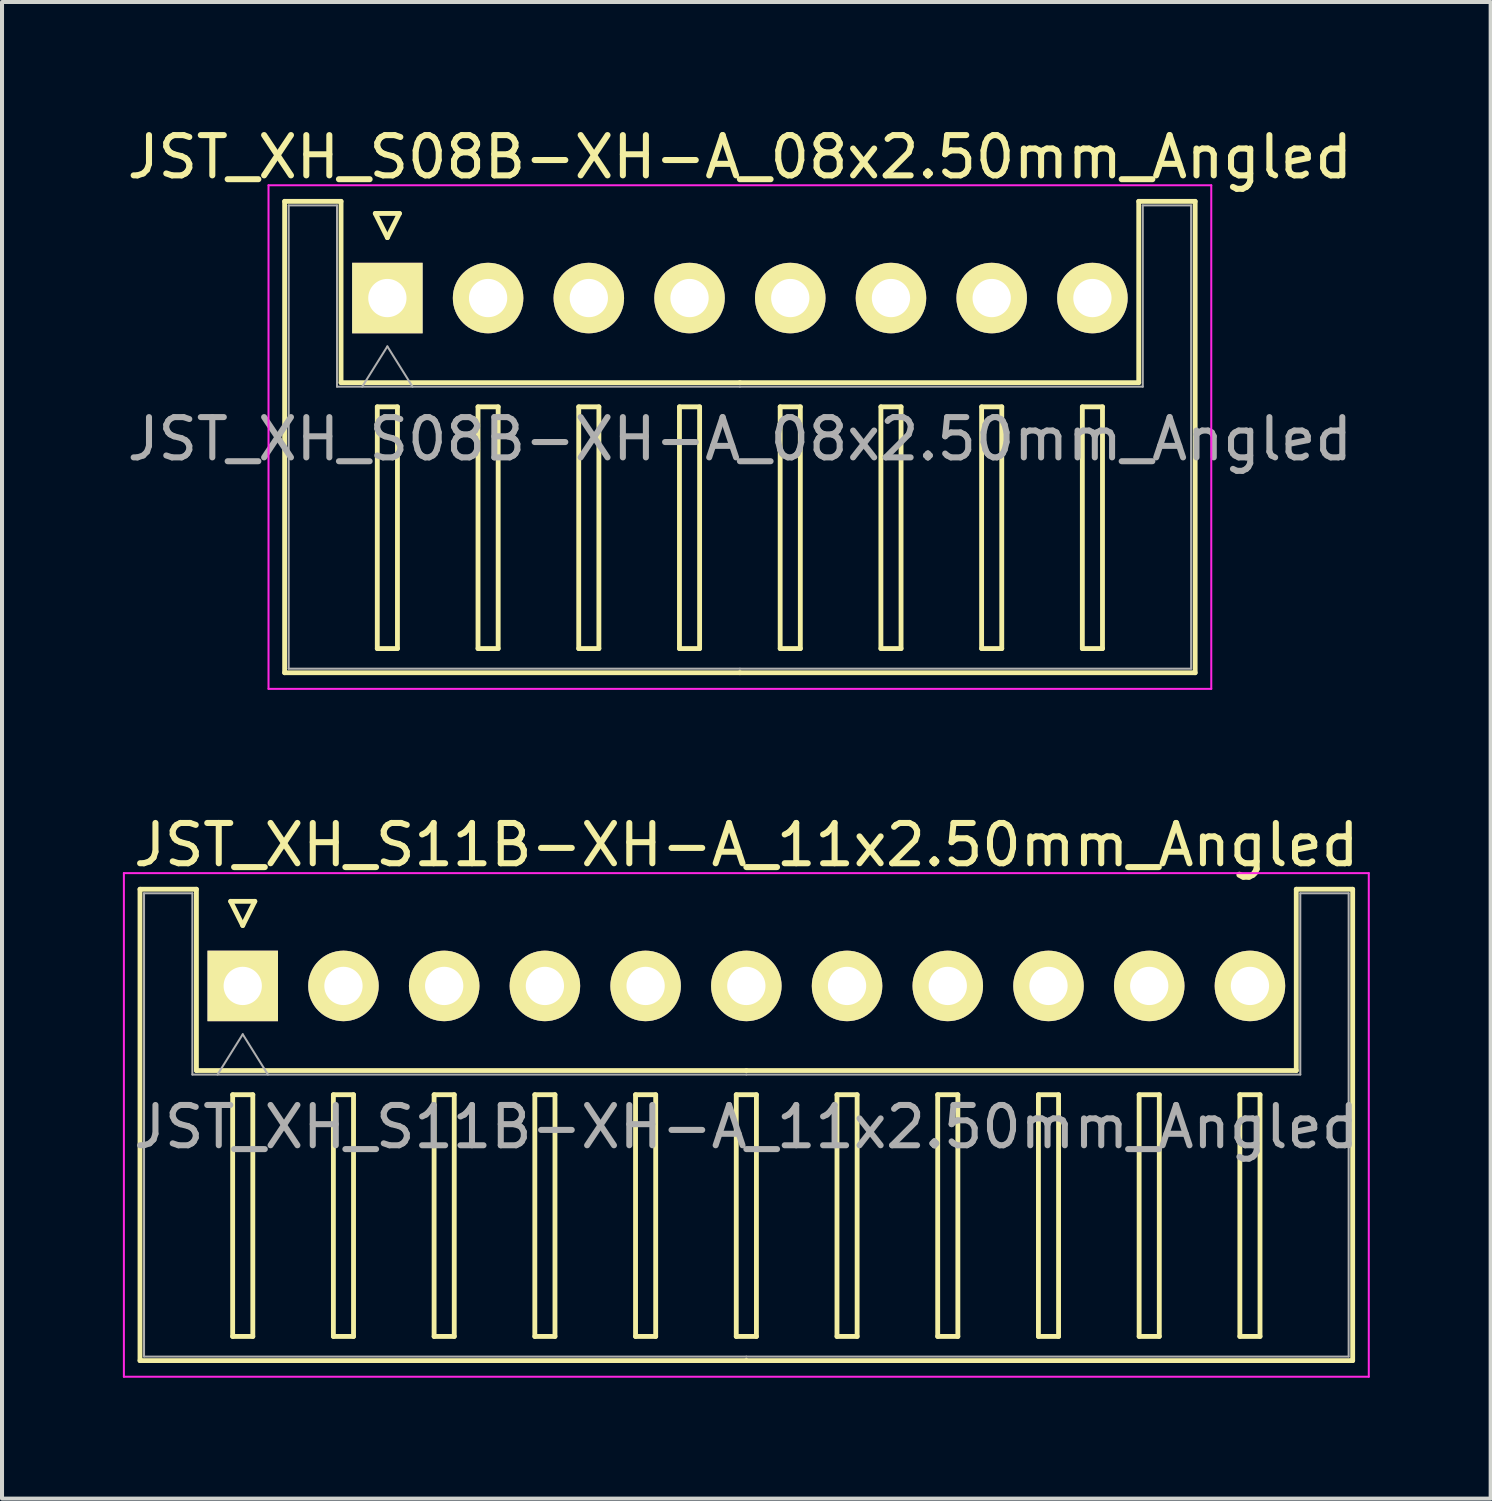
<source format=kicad_pcb>
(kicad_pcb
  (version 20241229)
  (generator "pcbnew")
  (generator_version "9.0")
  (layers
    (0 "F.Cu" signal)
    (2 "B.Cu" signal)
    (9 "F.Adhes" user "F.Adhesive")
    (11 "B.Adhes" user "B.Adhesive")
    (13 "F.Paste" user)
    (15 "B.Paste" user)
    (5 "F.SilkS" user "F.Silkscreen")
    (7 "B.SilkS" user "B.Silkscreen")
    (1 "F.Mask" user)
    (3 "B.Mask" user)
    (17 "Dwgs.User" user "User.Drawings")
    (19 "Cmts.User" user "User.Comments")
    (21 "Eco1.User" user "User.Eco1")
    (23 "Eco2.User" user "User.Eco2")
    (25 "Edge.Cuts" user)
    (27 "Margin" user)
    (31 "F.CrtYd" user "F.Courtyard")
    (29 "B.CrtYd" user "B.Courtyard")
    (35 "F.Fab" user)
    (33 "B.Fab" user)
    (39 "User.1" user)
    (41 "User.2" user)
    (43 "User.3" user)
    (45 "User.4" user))
  (footprint "JST_XH_S08B-XH-A_08x2.50mm_Angled"
    (layer "F.Cu")
    (at 6.565 4.348)
    (property "Reference" "JST_XH_S08B-XH-A_08x2.50mm_Angled" (at 8.75 3.5 0) (layer "F.Fab") (effects (font (size 1 1) (thickness 0.15))))
    (attr through_hole)
    (fp_line (start -2.55 -2.4) (end -1.15 -2.4) (stroke (width 0.12) (type solid)) (layer "F.SilkS"))
    (fp_line (start -2.55 9.3) (end -2.55 -2.4) (stroke (width 0.12) (type solid)) (layer "F.SilkS"))
    (fp_line (start -1.15 -2.4) (end -1.15 2.1) (stroke (width 0.12) (type solid)) (layer "F.SilkS"))
    (fp_line (start -1.15 2.1) (end 8.75 2.1) (stroke (width 0.12) (type solid)) (layer "F.SilkS"))
    (fp_line (start -0.3 -2.1) (end 0.3 -2.1) (stroke (width 0.12) (type solid)) (layer "F.SilkS"))
    (fp_line (start -0.25 2.7) (end -0.25 8.7) (stroke (width 0.12) (type solid)) (layer "F.SilkS"))
    (fp_line (start -0.25 8.7) (end 0.25 8.7) (stroke (width 0.12) (type solid)) (layer "F.SilkS"))
    (fp_line (start 0 -1.5) (end -0.3 -2.1) (stroke (width 0.12) (type solid)) (layer "F.SilkS"))
    (fp_line (start 0.25 2.7) (end -0.25 2.7) (stroke (width 0.12) (type solid)) (layer "F.SilkS"))
    (fp_line (start 0.25 8.7) (end 0.25 2.7) (stroke (width 0.12) (type solid)) (layer "F.SilkS"))
    (fp_line (start 0.3 -2.1) (end 0 -1.5) (stroke (width 0.12) (type solid)) (layer "F.SilkS"))
    (fp_line (start 2.25 2.7) (end 2.25 8.7) (stroke (width 0.12) (type solid)) (layer "F.SilkS"))
    (fp_line (start 2.25 8.7) (end 2.75 8.7) (stroke (width 0.12) (type solid)) (layer "F.SilkS"))
    (fp_line (start 2.75 2.7) (end 2.25 2.7) (stroke (width 0.12) (type solid)) (layer "F.SilkS"))
    (fp_line (start 2.75 8.7) (end 2.75 2.7) (stroke (width 0.12) (type solid)) (layer "F.SilkS"))
    (fp_line (start 4.75 2.7) (end 4.75 8.7) (stroke (width 0.12) (type solid)) (layer "F.SilkS"))
    (fp_line (start 4.75 8.7) (end 5.25 8.7) (stroke (width 0.12) (type solid)) (layer "F.SilkS"))
    (fp_line (start 5.25 2.7) (end 4.75 2.7) (stroke (width 0.12) (type solid)) (layer "F.SilkS"))
    (fp_line (start 5.25 8.7) (end 5.25 2.7) (stroke (width 0.12) (type solid)) (layer "F.SilkS"))
    (fp_line (start 7.25 2.7) (end 7.25 8.7) (stroke (width 0.12) (type solid)) (layer "F.SilkS"))
    (fp_line (start 7.25 8.7) (end 7.75 8.7) (stroke (width 0.12) (type solid)) (layer "F.SilkS"))
    (fp_line (start 7.75 2.7) (end 7.25 2.7) (stroke (width 0.12) (type solid)) (layer "F.SilkS"))
    (fp_line (start 7.75 8.7) (end 7.75 2.7) (stroke (width 0.12) (type solid)) (layer "F.SilkS"))
    (fp_line (start 8.75 9.3) (end -2.55 9.3) (stroke (width 0.12) (type solid)) (layer "F.SilkS"))
    (fp_line (start 8.75 9.3) (end 20.05 9.3) (stroke (width 0.12) (type solid)) (layer "F.SilkS"))
    (fp_line (start 9.75 2.7) (end 9.75 8.7) (stroke (width 0.12) (type solid)) (layer "F.SilkS"))
    (fp_line (start 9.75 8.7) (end 10.25 8.7) (stroke (width 0.12) (type solid)) (layer "F.SilkS"))
    (fp_line (start 10.25 2.7) (end 9.75 2.7) (stroke (width 0.12) (type solid)) (layer "F.SilkS"))
    (fp_line (start 10.25 8.7) (end 10.25 2.7) (stroke (width 0.12) (type solid)) (layer "F.SilkS"))
    (fp_line (start 12.25 2.7) (end 12.25 8.7) (stroke (width 0.12) (type solid)) (layer "F.SilkS"))
    (fp_line (start 12.25 8.7) (end 12.75 8.7) (stroke (width 0.12) (type solid)) (layer "F.SilkS"))
    (fp_line (start 12.75 2.7) (end 12.25 2.7) (stroke (width 0.12) (type solid)) (layer "F.SilkS"))
    (fp_line (start 12.75 8.7) (end 12.75 2.7) (stroke (width 0.12) (type solid)) (layer "F.SilkS"))
    (fp_line (start 14.75 2.7) (end 14.75 8.7) (stroke (width 0.12) (type solid)) (layer "F.SilkS"))
    (fp_line (start 14.75 8.7) (end 15.25 8.7) (stroke (width 0.12) (type solid)) (layer "F.SilkS"))
    (fp_line (start 15.25 2.7) (end 14.75 2.7) (stroke (width 0.12) (type solid)) (layer "F.SilkS"))
    (fp_line (start 15.25 8.7) (end 15.25 2.7) (stroke (width 0.12) (type solid)) (layer "F.SilkS"))
    (fp_line (start 17.25 2.7) (end 17.25 8.7) (stroke (width 0.12) (type solid)) (layer "F.SilkS"))
    (fp_line (start 17.25 8.7) (end 17.75 8.7) (stroke (width 0.12) (type solid)) (layer "F.SilkS"))
    (fp_line (start 17.75 2.7) (end 17.25 2.7) (stroke (width 0.12) (type solid)) (layer "F.SilkS"))
    (fp_line (start 17.75 8.7) (end 17.75 2.7) (stroke (width 0.12) (type solid)) (layer "F.SilkS"))
    (fp_line (start 18.65 -2.4) (end 18.65 2.1) (stroke (width 0.12) (type solid)) (layer "F.SilkS"))
    (fp_line (start 18.65 2.1) (end 8.75 2.1) (stroke (width 0.12) (type solid)) (layer "F.SilkS"))
    (fp_line (start 20.05 -2.4) (end 18.65 -2.4) (stroke (width 0.12) (type solid)) (layer "F.SilkS"))
    (fp_line (start 20.05 9.3) (end 20.05 -2.4) (stroke (width 0.12) (type solid)) (layer "F.SilkS"))
    (fp_line (start -2.95 -2.8) (end -2.95 9.7) (stroke (width 0.05) (type solid)) (layer "F.CrtYd"))
    (fp_line (start -2.95 9.7) (end 20.45 9.7) (stroke (width 0.05) (type solid)) (layer "F.CrtYd"))
    (fp_line (start 20.45 -2.8) (end -2.95 -2.8) (stroke (width 0.05) (type solid)) (layer "F.CrtYd"))
    (fp_line (start 20.45 9.7) (end 20.45 -2.8) (stroke (width 0.05) (type solid)) (layer "F.CrtYd"))
    (fp_line (start -2.45 -2.3) (end -1.25 -2.3) (stroke (width 0.05) (type solid)) (layer "F.Fab"))
    (fp_line (start -2.45 9.2) (end -2.45 -2.3) (stroke (width 0.05) (type solid)) (layer "F.Fab"))
    (fp_line (start -1.25 -2.3) (end -1.25 2.2) (stroke (width 0.05) (type solid)) (layer "F.Fab"))
    (fp_line (start -1.25 2.2) (end 8.75 2.2) (stroke (width 0.05) (type solid)) (layer "F.Fab"))
    (fp_line (start -0.625 2.2) (end 0 1.2) (stroke (width 0.05) (type solid)) (layer "F.Fab"))
    (fp_line (start 0 1.2) (end 0.625 2.2) (stroke (width 0.05) (type solid)) (layer "F.Fab"))
    (fp_line (start 8.75 9.2) (end -2.45 9.2) (stroke (width 0.05) (type solid)) (layer "F.Fab"))
    (fp_line (start 8.75 9.2) (end 19.95 9.2) (stroke (width 0.05) (type solid)) (layer "F.Fab"))
    (fp_line (start 18.75 -2.3) (end 18.75 2.2) (stroke (width 0.05) (type solid)) (layer "F.Fab"))
    (fp_line (start 18.75 2.2) (end 8.75 2.2) (stroke (width 0.05) (type solid)) (layer "F.Fab"))
    (fp_line (start 19.95 -2.3) (end 18.75 -2.3) (stroke (width 0.05) (type solid)) (layer "F.Fab"))
    (fp_line (start 19.95 9.2) (end 19.95 -2.3) (stroke (width 0.05) (type solid)) (layer "F.Fab"))
    (fp_text user "${REFERENCE}" (at 8.75 -3.5 0) (layer "F.SilkS") (effects (font (size 1 1) (thickness 0.15))))
    (pad "1" thru_hole rect (at 0 0) (size 1.75 1.75) (drill 0.95) (layers "*.Cu" "*.Mask" "F.SilkS"))
    (pad "2" thru_hole circle (at 2.5 0) (size 1.75 1.75) (drill 0.95) (layers "*.Cu" "*.Mask" "F.SilkS"))
    (pad "3" thru_hole circle (at 5 0) (size 1.75 1.75) (drill 0.95) (layers "*.Cu" "*.Mask" "F.SilkS"))
    (pad "4" thru_hole circle (at 7.5 0) (size 1.75 1.75) (drill 0.95) (layers "*.Cu" "*.Mask" "F.SilkS"))
    (pad "5" thru_hole circle (at 10 0) (size 1.75 1.75) (drill 0.95) (layers "*.Cu" "*.Mask" "F.SilkS"))
    (pad "6" thru_hole circle (at 12.5 0) (size 1.75 1.75) (drill 0.95) (layers "*.Cu" "*.Mask" "F.SilkS"))
    (pad "7" thru_hole circle (at 15 0) (size 1.75 1.75) (drill 0.95) (layers "*.Cu" "*.Mask" "F.SilkS"))
    (pad "8" thru_hole circle (at 17.5 0) (size 1.75 1.75) (drill 0.95) (layers "*.Cu" "*.Mask" "F.SilkS")))
  (footprint "JST_XH_S11B-XH-A_11x2.50mm_Angled"
    (layer "F.Cu")
    (at 2.975 21.422)
    (property "Reference" "JST_XH_S11B-XH-A_11x2.50mm_Angled" (at 12.5 3.5 0) (layer "F.Fab") (effects (font (size 1 1) (thickness 0.15))))
    (attr through_hole)
    (fp_line (start -2.55 -2.4) (end -1.15 -2.4) (stroke (width 0.12) (type solid)) (layer "F.SilkS"))
    (fp_line (start -2.55 9.3) (end -2.55 -2.4) (stroke (width 0.12) (type solid)) (layer "F.SilkS"))
    (fp_line (start -1.15 -2.4) (end -1.15 2.1) (stroke (width 0.12) (type solid)) (layer "F.SilkS"))
    (fp_line (start -1.15 2.1) (end 12.5 2.1) (stroke (width 0.12) (type solid)) (layer "F.SilkS"))
    (fp_line (start -0.3 -2.1) (end 0.3 -2.1) (stroke (width 0.12) (type solid)) (layer "F.SilkS"))
    (fp_line (start -0.25 2.7) (end -0.25 8.7) (stroke (width 0.12) (type solid)) (layer "F.SilkS"))
    (fp_line (start -0.25 8.7) (end 0.25 8.7) (stroke (width 0.12) (type solid)) (layer "F.SilkS"))
    (fp_line (start 0 -1.5) (end -0.3 -2.1) (stroke (width 0.12) (type solid)) (layer "F.SilkS"))
    (fp_line (start 0.25 2.7) (end -0.25 2.7) (stroke (width 0.12) (type solid)) (layer "F.SilkS"))
    (fp_line (start 0.25 8.7) (end 0.25 2.7) (stroke (width 0.12) (type solid)) (layer "F.SilkS"))
    (fp_line (start 0.3 -2.1) (end 0 -1.5) (stroke (width 0.12) (type solid)) (layer "F.SilkS"))
    (fp_line (start 2.25 2.7) (end 2.25 8.7) (stroke (width 0.12) (type solid)) (layer "F.SilkS"))
    (fp_line (start 2.25 8.7) (end 2.75 8.7) (stroke (width 0.12) (type solid)) (layer "F.SilkS"))
    (fp_line (start 2.75 2.7) (end 2.25 2.7) (stroke (width 0.12) (type solid)) (layer "F.SilkS"))
    (fp_line (start 2.75 8.7) (end 2.75 2.7) (stroke (width 0.12) (type solid)) (layer "F.SilkS"))
    (fp_line (start 4.75 2.7) (end 4.75 8.7) (stroke (width 0.12) (type solid)) (layer "F.SilkS"))
    (fp_line (start 4.75 8.7) (end 5.25 8.7) (stroke (width 0.12) (type solid)) (layer "F.SilkS"))
    (fp_line (start 5.25 2.7) (end 4.75 2.7) (stroke (width 0.12) (type solid)) (layer "F.SilkS"))
    (fp_line (start 5.25 8.7) (end 5.25 2.7) (stroke (width 0.12) (type solid)) (layer "F.SilkS"))
    (fp_line (start 7.25 2.7) (end 7.25 8.7) (stroke (width 0.12) (type solid)) (layer "F.SilkS"))
    (fp_line (start 7.25 8.7) (end 7.75 8.7) (stroke (width 0.12) (type solid)) (layer "F.SilkS"))
    (fp_line (start 7.75 2.7) (end 7.25 2.7) (stroke (width 0.12) (type solid)) (layer "F.SilkS"))
    (fp_line (start 7.75 8.7) (end 7.75 2.7) (stroke (width 0.12) (type solid)) (layer "F.SilkS"))
    (fp_line (start 9.75 2.7) (end 9.75 8.7) (stroke (width 0.12) (type solid)) (layer "F.SilkS"))
    (fp_line (start 9.75 8.7) (end 10.25 8.7) (stroke (width 0.12) (type solid)) (layer "F.SilkS"))
    (fp_line (start 10.25 2.7) (end 9.75 2.7) (stroke (width 0.12) (type solid)) (layer "F.SilkS"))
    (fp_line (start 10.25 8.7) (end 10.25 2.7) (stroke (width 0.12) (type solid)) (layer "F.SilkS"))
    (fp_line (start 12.25 2.7) (end 12.25 8.7) (stroke (width 0.12) (type solid)) (layer "F.SilkS"))
    (fp_line (start 12.25 8.7) (end 12.75 8.7) (stroke (width 0.12) (type solid)) (layer "F.SilkS"))
    (fp_line (start 12.5 9.3) (end -2.55 9.3) (stroke (width 0.12) (type solid)) (layer "F.SilkS"))
    (fp_line (start 12.5 9.3) (end 27.55 9.3) (stroke (width 0.12) (type solid)) (layer "F.SilkS"))
    (fp_line (start 12.75 2.7) (end 12.25 2.7) (stroke (width 0.12) (type solid)) (layer "F.SilkS"))
    (fp_line (start 12.75 8.7) (end 12.75 2.7) (stroke (width 0.12) (type solid)) (layer "F.SilkS"))
    (fp_line (start 14.75 2.7) (end 14.75 8.7) (stroke (width 0.12) (type solid)) (layer "F.SilkS"))
    (fp_line (start 14.75 8.7) (end 15.25 8.7) (stroke (width 0.12) (type solid)) (layer "F.SilkS"))
    (fp_line (start 15.25 2.7) (end 14.75 2.7) (stroke (width 0.12) (type solid)) (layer "F.SilkS"))
    (fp_line (start 15.25 8.7) (end 15.25 2.7) (stroke (width 0.12) (type solid)) (layer "F.SilkS"))
    (fp_line (start 17.25 2.7) (end 17.25 8.7) (stroke (width 0.12) (type solid)) (layer "F.SilkS"))
    (fp_line (start 17.25 8.7) (end 17.75 8.7) (stroke (width 0.12) (type solid)) (layer "F.SilkS"))
    (fp_line (start 17.75 2.7) (end 17.25 2.7) (stroke (width 0.12) (type solid)) (layer "F.SilkS"))
    (fp_line (start 17.75 8.7) (end 17.75 2.7) (stroke (width 0.12) (type solid)) (layer "F.SilkS"))
    (fp_line (start 19.75 2.7) (end 19.75 8.7) (stroke (width 0.12) (type solid)) (layer "F.SilkS"))
    (fp_line (start 19.75 8.7) (end 20.25 8.7) (stroke (width 0.12) (type solid)) (layer "F.SilkS"))
    (fp_line (start 20.25 2.7) (end 19.75 2.7) (stroke (width 0.12) (type solid)) (layer "F.SilkS"))
    (fp_line (start 20.25 8.7) (end 20.25 2.7) (stroke (width 0.12) (type solid)) (layer "F.SilkS"))
    (fp_line (start 22.25 2.7) (end 22.25 8.7) (stroke (width 0.12) (type solid)) (layer "F.SilkS"))
    (fp_line (start 22.25 8.7) (end 22.75 8.7) (stroke (width 0.12) (type solid)) (layer "F.SilkS"))
    (fp_line (start 22.75 2.7) (end 22.25 2.7) (stroke (width 0.12) (type solid)) (layer "F.SilkS"))
    (fp_line (start 22.75 8.7) (end 22.75 2.7) (stroke (width 0.12) (type solid)) (layer "F.SilkS"))
    (fp_line (start 24.75 2.7) (end 24.75 8.7) (stroke (width 0.12) (type solid)) (layer "F.SilkS"))
    (fp_line (start 24.75 8.7) (end 25.25 8.7) (stroke (width 0.12) (type solid)) (layer "F.SilkS"))
    (fp_line (start 25.25 2.7) (end 24.75 2.7) (stroke (width 0.12) (type solid)) (layer "F.SilkS"))
    (fp_line (start 25.25 8.7) (end 25.25 2.7) (stroke (width 0.12) (type solid)) (layer "F.SilkS"))
    (fp_line (start 26.15 -2.4) (end 26.15 2.1) (stroke (width 0.12) (type solid)) (layer "F.SilkS"))
    (fp_line (start 26.15 2.1) (end 12.5 2.1) (stroke (width 0.12) (type solid)) (layer "F.SilkS"))
    (fp_line (start 27.55 -2.4) (end 26.15 -2.4) (stroke (width 0.12) (type solid)) (layer "F.SilkS"))
    (fp_line (start 27.55 9.3) (end 27.55 -2.4) (stroke (width 0.12) (type solid)) (layer "F.SilkS"))
    (fp_line (start -2.95 -2.8) (end -2.95 9.7) (stroke (width 0.05) (type solid)) (layer "F.CrtYd"))
    (fp_line (start -2.95 9.7) (end 27.95 9.7) (stroke (width 0.05) (type solid)) (layer "F.CrtYd"))
    (fp_line (start 27.95 -2.8) (end -2.95 -2.8) (stroke (width 0.05) (type solid)) (layer "F.CrtYd"))
    (fp_line (start 27.95 9.7) (end 27.95 -2.8) (stroke (width 0.05) (type solid)) (layer "F.CrtYd"))
    (fp_line (start -2.45 -2.3) (end -1.25 -2.3) (stroke (width 0.05) (type solid)) (layer "F.Fab"))
    (fp_line (start -2.45 9.2) (end -2.45 -2.3) (stroke (width 0.05) (type solid)) (layer "F.Fab"))
    (fp_line (start -1.25 -2.3) (end -1.25 2.2) (stroke (width 0.05) (type solid)) (layer "F.Fab"))
    (fp_line (start -1.25 2.2) (end 12.5 2.2) (stroke (width 0.05) (type solid)) (layer "F.Fab"))
    (fp_line (start -0.625 2.2) (end 0 1.2) (stroke (width 0.05) (type solid)) (layer "F.Fab"))
    (fp_line (start 0 1.2) (end 0.625 2.2) (stroke (width 0.05) (type solid)) (layer "F.Fab"))
    (fp_line (start 12.5 9.2) (end -2.45 9.2) (stroke (width 0.05) (type solid)) (layer "F.Fab"))
    (fp_line (start 12.5 9.2) (end 27.45 9.2) (stroke (width 0.05) (type solid)) (layer "F.Fab"))
    (fp_line (start 26.25 -2.3) (end 26.25 2.2) (stroke (width 0.05) (type solid)) (layer "F.Fab"))
    (fp_line (start 26.25 2.2) (end 12.5 2.2) (stroke (width 0.05) (type solid)) (layer "F.Fab"))
    (fp_line (start 27.45 -2.3) (end 26.25 -2.3) (stroke (width 0.05) (type solid)) (layer "F.Fab"))
    (fp_line (start 27.45 9.2) (end 27.45 -2.3) (stroke (width 0.05) (type solid)) (layer "F.Fab"))
    (fp_text user "${REFERENCE}" (at 12.5 -3.5 0) (layer "F.SilkS") (effects (font (size 1 1) (thickness 0.15))))
    (pad "1" thru_hole rect (at 0 0) (size 1.75 1.75) (drill 0.95) (layers "*.Cu" "*.Mask" "F.SilkS"))
    (pad "2" thru_hole circle (at 2.5 0) (size 1.75 1.75) (drill 0.95) (layers "*.Cu" "*.Mask" "F.SilkS"))
    (pad "3" thru_hole circle (at 5 0) (size 1.75 1.75) (drill 0.95) (layers "*.Cu" "*.Mask" "F.SilkS"))
    (pad "4" thru_hole circle (at 7.5 0) (size 1.75 1.75) (drill 0.95) (layers "*.Cu" "*.Mask" "F.SilkS"))
    (pad "5" thru_hole circle (at 10 0) (size 1.75 1.75) (drill 0.95) (layers "*.Cu" "*.Mask" "F.SilkS"))
    (pad "6" thru_hole circle (at 12.5 0) (size 1.75 1.75) (drill 0.95) (layers "*.Cu" "*.Mask" "F.SilkS"))
    (pad "7" thru_hole circle (at 15 0) (size 1.75 1.75) (drill 0.95) (layers "*.Cu" "*.Mask" "F.SilkS"))
    (pad "8" thru_hole circle (at 17.5 0) (size 1.75 1.75) (drill 0.95) (layers "*.Cu" "*.Mask" "F.SilkS"))
    (pad "9" thru_hole circle (at 20 0) (size 1.75 1.75) (drill 0.95) (layers "*.Cu" "*.Mask" "F.SilkS"))
    (pad "10" thru_hole circle (at 22.5 0) (size 1.75 1.75) (drill 0.95) (layers "*.Cu" "*.Mask" "F.SilkS"))
    (pad "11" thru_hole circle (at 25 0) (size 1.75 1.75) (drill 0.95) (layers "*.Cu" "*.Mask" "F.SilkS")))
  (gr_rect
    (start -3 -3)
    (end 33.95 34.147)
    (stroke (width 0.1) (type default))
    (fill no)
    (layer "Edge.Cuts")))
</source>
